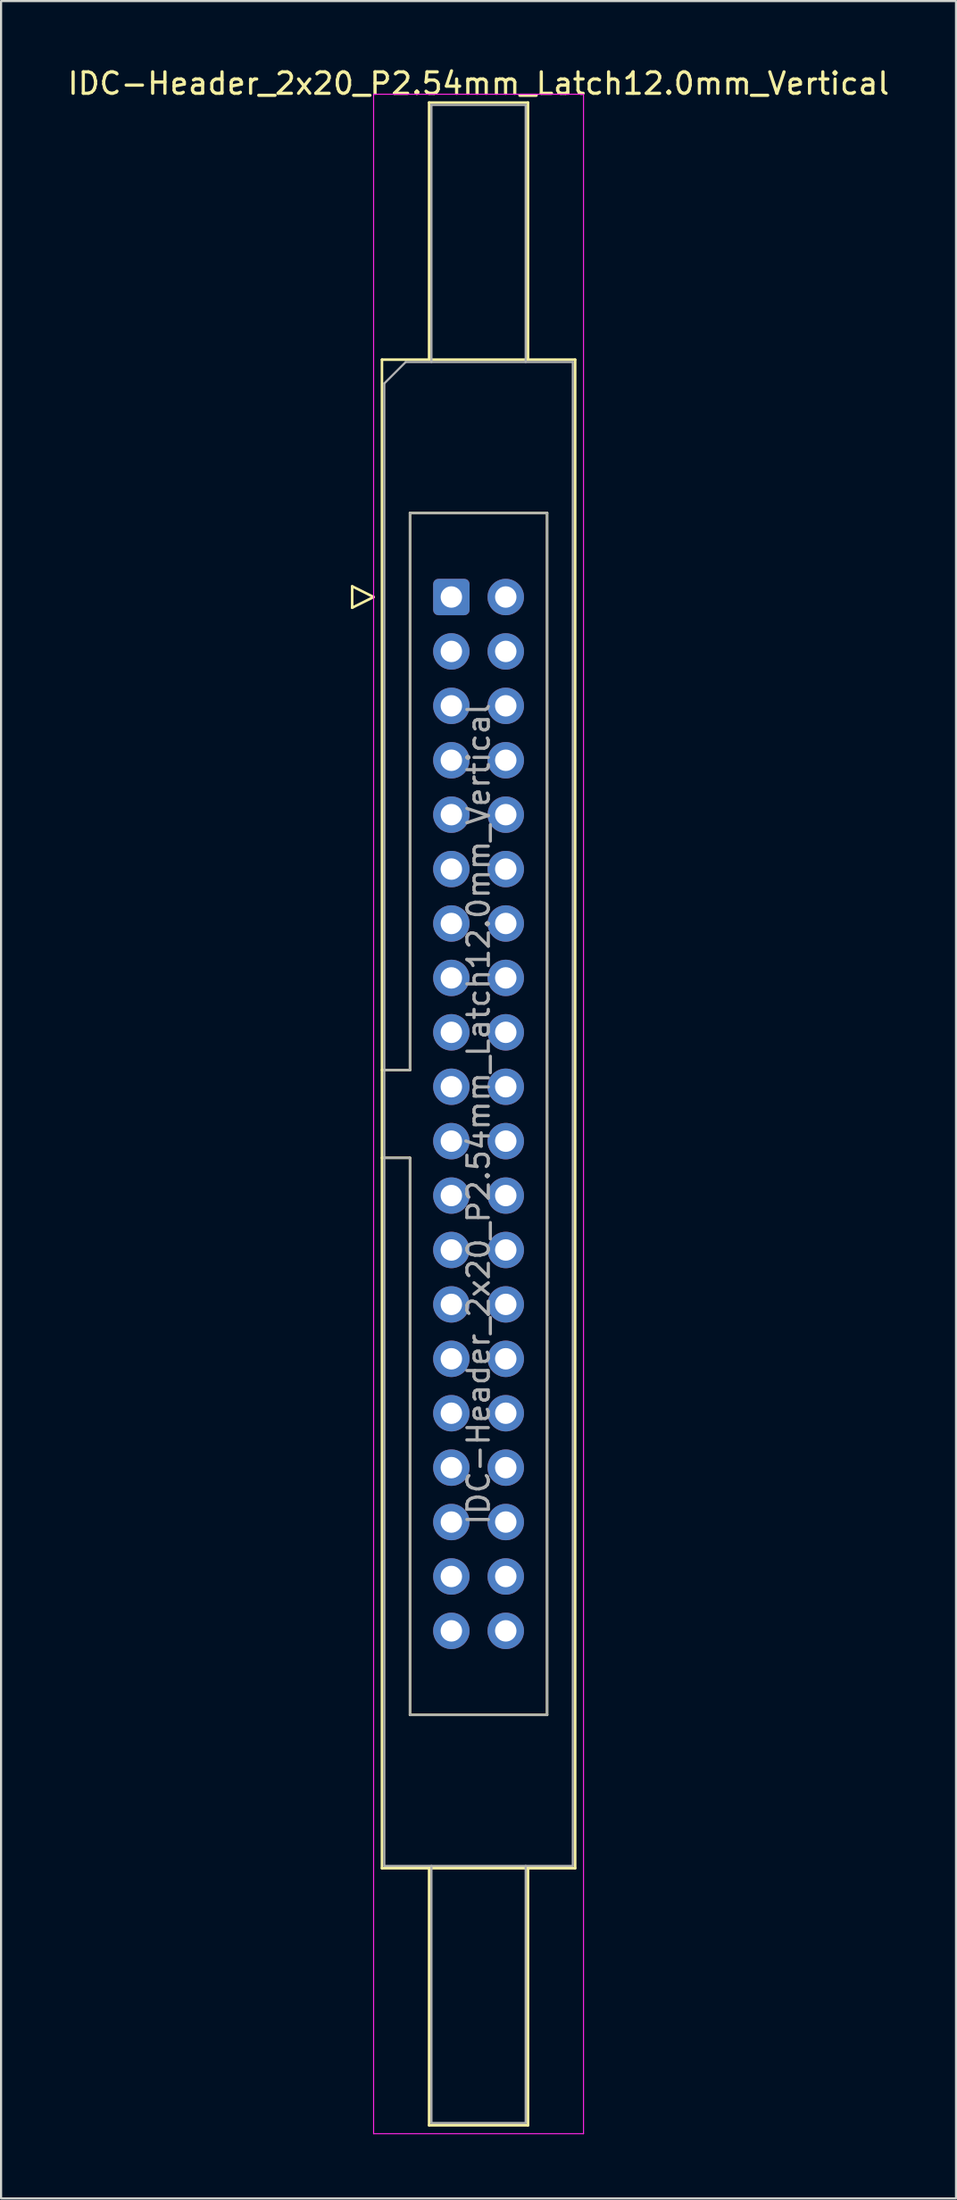
<source format=kicad_pcb>
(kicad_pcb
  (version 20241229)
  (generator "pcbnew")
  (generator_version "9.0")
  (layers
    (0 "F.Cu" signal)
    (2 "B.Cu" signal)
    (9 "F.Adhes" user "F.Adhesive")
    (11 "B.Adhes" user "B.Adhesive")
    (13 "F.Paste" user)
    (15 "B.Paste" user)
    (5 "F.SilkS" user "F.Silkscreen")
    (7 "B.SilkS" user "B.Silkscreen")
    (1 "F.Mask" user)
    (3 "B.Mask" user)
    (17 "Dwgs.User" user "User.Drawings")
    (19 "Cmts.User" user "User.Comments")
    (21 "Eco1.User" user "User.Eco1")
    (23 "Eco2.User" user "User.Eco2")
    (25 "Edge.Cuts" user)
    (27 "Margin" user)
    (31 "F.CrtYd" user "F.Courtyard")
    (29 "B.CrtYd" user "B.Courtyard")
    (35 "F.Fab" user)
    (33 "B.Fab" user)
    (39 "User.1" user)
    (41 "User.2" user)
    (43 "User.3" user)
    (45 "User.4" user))
  (footprint "IDC-Header_2x20_P2.54mm_Latch12.0mm_Vertical"
    (layer "F.Cu")
    (at 18.022 24.818)
    (property "Reference" "IDC-Header_2x20_P2.54mm_Latch12.0mm_Vertical" (at 1.27 -23.97 0) (layer "F.SilkS") (effects (font (size 1 1) (thickness 0.15))))
    (attr through_hole)
    (fp_line (start -4.63 -0.5) (end -4.63 0.5) (stroke (width 0.12) (type solid)) (layer "F.SilkS"))
    (fp_line (start -4.63 0.5) (end -3.63 0) (stroke (width 0.12) (type solid)) (layer "F.SilkS"))
    (fp_line (start -3.63 0) (end -4.63 -0.5) (stroke (width 0.12) (type solid)) (layer "F.SilkS"))
    (fp_line (start -3.24 -11.08) (end 5.78 -11.08) (stroke (width 0.12) (type solid)) (layer "F.SilkS"))
    (fp_line (start -3.24 22.08) (end -1.93 22.08) (stroke (width 0.12) (type solid)) (layer "F.SilkS"))
    (fp_line (start -3.24 59.34) (end -3.24 -11.08) (stroke (width 0.12) (type solid)) (layer "F.SilkS"))
    (fp_line (start -1.93 -3.92) (end 4.47 -3.92) (stroke (width 0.12) (type solid)) (layer "F.SilkS"))
    (fp_line (start -1.93 22.08) (end -1.93 -3.92) (stroke (width 0.12) (type solid)) (layer "F.SilkS"))
    (fp_line (start -1.93 26.18) (end -3.24 26.18) (stroke (width 0.12) (type solid)) (layer "F.SilkS"))
    (fp_line (start -1.93 52.18) (end -1.93 26.18) (stroke (width 0.12) (type solid)) (layer "F.SilkS"))
    (fp_line (start -1.04 -23.08) (end 3.58 -23.08) (stroke (width 0.12) (type solid)) (layer "F.SilkS"))
    (fp_line (start -1.04 -11.08) (end -1.04 -23.08) (stroke (width 0.12) (type solid)) (layer "F.SilkS"))
    (fp_line (start -1.04 59.34) (end -1.04 71.34) (stroke (width 0.12) (type solid)) (layer "F.SilkS"))
    (fp_line (start -1.04 71.34) (end 3.58 71.34) (stroke (width 0.12) (type solid)) (layer "F.SilkS"))
    (fp_line (start 3.58 -23.08) (end 3.58 -11.08) (stroke (width 0.12) (type solid)) (layer "F.SilkS"))
    (fp_line (start 3.58 71.34) (end 3.58 59.34) (stroke (width 0.12) (type solid)) (layer "F.SilkS"))
    (fp_line (start 4.47 -3.92) (end 4.47 52.18) (stroke (width 0.12) (type solid)) (layer "F.SilkS"))
    (fp_line (start 4.47 52.18) (end -1.93 52.18) (stroke (width 0.12) (type solid)) (layer "F.SilkS"))
    (fp_line (start 5.78 -11.08) (end 5.78 59.34) (stroke (width 0.12) (type solid)) (layer "F.SilkS"))
    (fp_line (start 5.78 59.34) (end -3.24 59.34) (stroke (width 0.12) (type solid)) (layer "F.SilkS"))
    (fp_line (start -3.63 -23.47) (end -3.63 71.73) (stroke (width 0.05) (type solid)) (layer "F.CrtYd"))
    (fp_line (start -3.63 71.73) (end 6.17 71.73) (stroke (width 0.05) (type solid)) (layer "F.CrtYd"))
    (fp_line (start 6.17 -23.47) (end -3.63 -23.47) (stroke (width 0.05) (type solid)) (layer "F.CrtYd"))
    (fp_line (start 6.17 71.73) (end 6.17 -23.47) (stroke (width 0.05) (type solid)) (layer "F.CrtYd"))
    (fp_line (start -3.13 -9.97) (end -2.13 -10.97) (stroke (width 0.1) (type solid)) (layer "F.Fab"))
    (fp_line (start -3.13 22.08) (end -1.93 22.08) (stroke (width 0.1) (type solid)) (layer "F.Fab"))
    (fp_line (start -3.13 59.23) (end -3.13 -9.97) (stroke (width 0.1) (type solid)) (layer "F.Fab"))
    (fp_line (start -2.13 -10.97) (end 5.67 -10.97) (stroke (width 0.1) (type solid)) (layer "F.Fab"))
    (fp_line (start -1.93 -3.92) (end 4.47 -3.92) (stroke (width 0.1) (type solid)) (layer "F.Fab"))
    (fp_line (start -1.93 22.08) (end -1.93 -3.92) (stroke (width 0.1) (type solid)) (layer "F.Fab"))
    (fp_line (start -1.93 26.18) (end -3.13 26.18) (stroke (width 0.1) (type solid)) (layer "F.Fab"))
    (fp_line (start -1.93 52.18) (end -1.93 26.18) (stroke (width 0.1) (type solid)) (layer "F.Fab"))
    (fp_line (start -0.93 -22.97) (end 3.47 -22.97) (stroke (width 0.1) (type solid)) (layer "F.Fab"))
    (fp_line (start -0.93 -10.97) (end -0.93 -22.97) (stroke (width 0.1) (type solid)) (layer "F.Fab"))
    (fp_line (start -0.93 59.23) (end -0.93 71.23) (stroke (width 0.1) (type solid)) (layer "F.Fab"))
    (fp_line (start -0.93 71.23) (end 3.47 71.23) (stroke (width 0.1) (type solid)) (layer "F.Fab"))
    (fp_line (start 3.47 -22.97) (end 3.47 -10.97) (stroke (width 0.1) (type solid)) (layer "F.Fab"))
    (fp_line (start 3.47 71.23) (end 3.47 59.23) (stroke (width 0.1) (type solid)) (layer "F.Fab"))
    (fp_line (start 4.47 -3.92) (end 4.47 52.18) (stroke (width 0.1) (type solid)) (layer "F.Fab"))
    (fp_line (start 4.47 52.18) (end -1.93 52.18) (stroke (width 0.1) (type solid)) (layer "F.Fab"))
    (fp_line (start 5.67 -10.97) (end 5.67 59.23) (stroke (width 0.1) (type solid)) (layer "F.Fab"))
    (fp_line (start 5.67 59.23) (end -3.13 59.23) (stroke (width 0.1) (type solid)) (layer "F.Fab"))
    (fp_text user "${REFERENCE}" (at 1.27 24.13 90) (layer "F.Fab") (effects (font (size 1 1) (thickness 0.15))))
    (pad "1" thru_hole roundrect (at 0 0) (size 1.7 1.7) (drill 1) (layers "*.Cu" "*.Mask") (roundrect_rratio 0.147))
    (pad "2" thru_hole circle (at 2.54 0) (size 1.7 1.7) (drill 1) (layers "*.Cu" "*.Mask"))
    (pad "3" thru_hole circle (at 0 2.54) (size 1.7 1.7) (drill 1) (layers "*.Cu" "*.Mask"))
    (pad "4" thru_hole circle (at 2.54 2.54) (size 1.7 1.7) (drill 1) (layers "*.Cu" "*.Mask"))
    (pad "5" thru_hole circle (at 0 5.08) (size 1.7 1.7) (drill 1) (layers "*.Cu" "*.Mask"))
    (pad "6" thru_hole circle (at 2.54 5.08) (size 1.7 1.7) (drill 1) (layers "*.Cu" "*.Mask"))
    (pad "7" thru_hole circle (at 0 7.62) (size 1.7 1.7) (drill 1) (layers "*.Cu" "*.Mask"))
    (pad "8" thru_hole circle (at 2.54 7.62) (size 1.7 1.7) (drill 1) (layers "*.Cu" "*.Mask"))
    (pad "9" thru_hole circle (at 0 10.16) (size 1.7 1.7) (drill 1) (layers "*.Cu" "*.Mask"))
    (pad "10" thru_hole circle (at 2.54 10.16) (size 1.7 1.7) (drill 1) (layers "*.Cu" "*.Mask"))
    (pad "11" thru_hole circle (at 0 12.7) (size 1.7 1.7) (drill 1) (layers "*.Cu" "*.Mask"))
    (pad "12" thru_hole circle (at 2.54 12.7) (size 1.7 1.7) (drill 1) (layers "*.Cu" "*.Mask"))
    (pad "13" thru_hole circle (at 0 15.24) (size 1.7 1.7) (drill 1) (layers "*.Cu" "*.Mask"))
    (pad "14" thru_hole circle (at 2.54 15.24) (size 1.7 1.7) (drill 1) (layers "*.Cu" "*.Mask"))
    (pad "15" thru_hole circle (at 0 17.78) (size 1.7 1.7) (drill 1) (layers "*.Cu" "*.Mask"))
    (pad "16" thru_hole circle (at 2.54 17.78) (size 1.7 1.7) (drill 1) (layers "*.Cu" "*.Mask"))
    (pad "17" thru_hole circle (at 0 20.32) (size 1.7 1.7) (drill 1) (layers "*.Cu" "*.Mask"))
    (pad "18" thru_hole circle (at 2.54 20.32) (size 1.7 1.7) (drill 1) (layers "*.Cu" "*.Mask"))
    (pad "19" thru_hole circle (at 0 22.86) (size 1.7 1.7) (drill 1) (layers "*.Cu" "*.Mask"))
    (pad "20" thru_hole circle (at 2.54 22.86) (size 1.7 1.7) (drill 1) (layers "*.Cu" "*.Mask"))
    (pad "21" thru_hole circle (at 0 25.4) (size 1.7 1.7) (drill 1) (layers "*.Cu" "*.Mask"))
    (pad "22" thru_hole circle (at 2.54 25.4) (size 1.7 1.7) (drill 1) (layers "*.Cu" "*.Mask"))
    (pad "23" thru_hole circle (at 0 27.94) (size 1.7 1.7) (drill 1) (layers "*.Cu" "*.Mask"))
    (pad "24" thru_hole circle (at 2.54 27.94) (size 1.7 1.7) (drill 1) (layers "*.Cu" "*.Mask"))
    (pad "25" thru_hole circle (at 0 30.48) (size 1.7 1.7) (drill 1) (layers "*.Cu" "*.Mask"))
    (pad "26" thru_hole circle (at 2.54 30.48) (size 1.7 1.7) (drill 1) (layers "*.Cu" "*.Mask"))
    (pad "27" thru_hole circle (at 0 33.02) (size 1.7 1.7) (drill 1) (layers "*.Cu" "*.Mask"))
    (pad "28" thru_hole circle (at 2.54 33.02) (size 1.7 1.7) (drill 1) (layers "*.Cu" "*.Mask"))
    (pad "29" thru_hole circle (at 0 35.56) (size 1.7 1.7) (drill 1) (layers "*.Cu" "*.Mask"))
    (pad "30" thru_hole circle (at 2.54 35.56) (size 1.7 1.7) (drill 1) (layers "*.Cu" "*.Mask"))
    (pad "31" thru_hole circle (at 0 38.1) (size 1.7 1.7) (drill 1) (layers "*.Cu" "*.Mask"))
    (pad "32" thru_hole circle (at 2.54 38.1) (size 1.7 1.7) (drill 1) (layers "*.Cu" "*.Mask"))
    (pad "33" thru_hole circle (at 0 40.64) (size 1.7 1.7) (drill 1) (layers "*.Cu" "*.Mask"))
    (pad "34" thru_hole circle (at 2.54 40.64) (size 1.7 1.7) (drill 1) (layers "*.Cu" "*.Mask"))
    (pad "35" thru_hole circle (at 0 43.18) (size 1.7 1.7) (drill 1) (layers "*.Cu" "*.Mask"))
    (pad "36" thru_hole circle (at 2.54 43.18) (size 1.7 1.7) (drill 1) (layers "*.Cu" "*.Mask"))
    (pad "37" thru_hole circle (at 0 45.72) (size 1.7 1.7) (drill 1) (layers "*.Cu" "*.Mask"))
    (pad "38" thru_hole circle (at 2.54 45.72) (size 1.7 1.7) (drill 1) (layers "*.Cu" "*.Mask"))
    (pad "39" thru_hole circle (at 0 48.26) (size 1.7 1.7) (drill 1) (layers "*.Cu" "*.Mask"))
    (pad "40" thru_hole circle (at 2.54 48.26) (size 1.7 1.7) (drill 1) (layers "*.Cu" "*.Mask")))
  (gr_rect
    (start -3 -3)
    (end 41.583 99.573)
    (stroke (width 0.1) (type default))
    (fill no)
    (layer "Edge.Cuts")))
</source>
